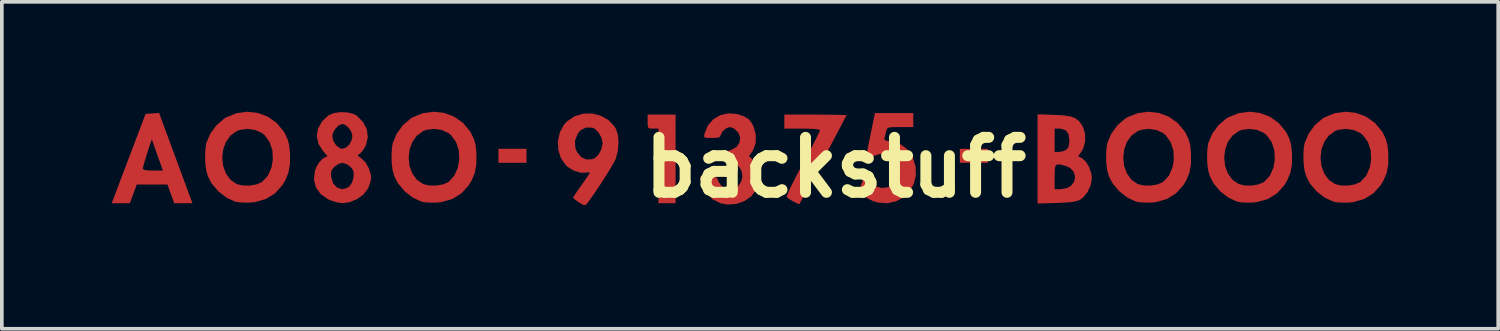
<source format=kicad_pcb>
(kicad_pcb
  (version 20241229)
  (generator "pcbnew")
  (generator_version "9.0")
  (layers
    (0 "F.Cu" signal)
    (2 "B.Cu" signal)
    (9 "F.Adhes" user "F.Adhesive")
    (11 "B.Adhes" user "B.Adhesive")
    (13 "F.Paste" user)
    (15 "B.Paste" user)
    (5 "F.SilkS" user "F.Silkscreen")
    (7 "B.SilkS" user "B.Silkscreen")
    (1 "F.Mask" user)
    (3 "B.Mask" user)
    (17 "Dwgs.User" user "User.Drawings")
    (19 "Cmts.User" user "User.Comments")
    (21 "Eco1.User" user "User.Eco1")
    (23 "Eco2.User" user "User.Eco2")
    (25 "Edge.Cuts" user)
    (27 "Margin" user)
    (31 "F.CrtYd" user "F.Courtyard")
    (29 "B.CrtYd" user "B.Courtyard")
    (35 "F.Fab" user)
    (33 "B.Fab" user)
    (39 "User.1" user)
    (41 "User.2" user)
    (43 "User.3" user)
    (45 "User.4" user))
  (footprint "backstuff"
    (layer "F.Cu")
    (at 19.759 1.521)
    (property "Reference" "backstuff" (at 0 0 0) (layer "F.SilkS") (effects (font (size 1.5 1.5) (thickness 0.3))))
    (attr board_only exclude_from_pos_files exclude_from_bom)
    (fp_poly (pts (xy -8.438 -0.318) (xy -8.438 -0.127) (xy -8.82 -0.127) (xy -9.202 -0.127) (xy -9.202 -0.318) (xy -9.202 -0.509) (xy -8.82 -0.509) (xy -8.438 -0.509)) (stroke (width 0) (type solid)) (fill yes) (layer "F.Cu"))
    (fp_poly (pts (xy 4.156 -0.318) (xy 4.156 -0.127) (xy 3.774 -0.127) (xy 3.392 -0.127) (xy 3.392 -0.318) (xy 3.392 -0.509) (xy 3.774 -0.509) (xy 4.156 -0.509)) (stroke (width 0) (type solid)) (fill yes) (layer "F.Cu"))
    (fp_poly (pts (xy -4.368 -0.233) (xy -4.368 0.975) (xy -4.601 0.975) (xy -4.834 0.975) (xy -4.834 -0.042) (xy -4.834 -1.06) (xy -4.982 -1.06) (xy -5.074 -1.064) (xy -5.117 -1.092) (xy -5.13 -1.166) (xy -5.131 -1.251) (xy -5.131 -1.442) (xy -4.749 -1.442) (xy -4.368 -1.442)) (stroke (width 0) (type solid)) (fill yes) (layer "F.Cu"))
    (fp_poly (pts (xy -0.293 -1.441) (xy -0.067 -1.439) (xy 0.115 -1.435) (xy 0.24 -1.431) (xy 0.295 -1.426) (xy 0.297 -1.425) (xy 0.278 -1.386) (xy 0.225 -1.284) (xy 0.143 -1.128) (xy 0.039 -0.93) (xy -0.083 -0.7) (xy -0.215 -0.45) (xy -0.353 -0.189) (xy -0.491 0.07) (xy -0.623 0.318) (xy -0.743 0.543) (xy -0.845 0.735) (xy -0.925 0.883) (xy -0.975 0.976) (xy -0.991 1.003) (xy -1.028 0.99) (xy -1.114 0.949) (xy -1.153 0.929) (xy -1.258 0.869) (xy -1.327 0.816) (xy -1.336 0.805) (xy -1.324 0.757) (xy -1.277 0.646) (xy -1.199 0.482) (xy -1.095 0.277) (xy -0.972 0.042) (xy -0.894 -0.104) (xy -0.76 -0.352) (xy -0.641 -0.576) (xy -0.543 -0.766) (xy -0.471 -0.909) (xy -0.431 -0.995) (xy -0.424 -1.015) (xy -0.466 -1.037) (xy -0.588 -1.052) (xy -0.788 -1.059) (xy -0.912 -1.06) (xy -1.399 -1.06) (xy -1.399 -1.251) (xy -1.399 -1.442) (xy -0.551 -1.442)) (stroke (width 0) (type solid)) (fill yes) (layer "F.Cu"))
    (fp_poly (pts (xy -18.11 -0.521) (xy -18.004 -0.234) (xy -17.902 0.042) (xy -17.809 0.292) (xy -17.732 0.502) (xy -17.675 0.655) (xy -17.655 0.71) (xy -17.556 0.975) (xy -17.804 0.975) (xy -18.053 0.975) (xy -18.146 0.721) (xy -18.238 0.466) (xy -18.658 0.466) (xy -19.077 0.466) (xy -19.17 0.721) (xy -19.263 0.975) (xy -19.511 0.975) (xy -19.759 0.975) (xy -19.675 0.753) (xy -19.636 0.651) (xy -19.573 0.483) (xy -19.49 0.265) (xy -19.402 0.032) (xy -18.911 0.032) (xy -18.879 0.064) (xy -18.776 0.081) (xy -18.637 0.085) (xy -18.362 0.085) (xy -18.51 -0.329) (xy -18.572 -0.502) (xy -18.621 -0.644) (xy -18.653 -0.737) (xy -18.661 -0.763) (xy -18.674 -0.74) (xy -18.704 -0.655) (xy -18.747 -0.529) (xy -18.794 -0.38) (xy -18.84 -0.23) (xy -18.879 -0.097) (xy -18.905 -0.002) (xy -18.911 0.032) (xy -19.402 0.032) (xy -19.393 0.009) (xy -19.287 -0.271) (xy -19.213 -0.466) (xy -18.834 -1.463) (xy -18.651 -1.475) (xy -18.467 -1.488)) (stroke (width 0) (type solid)) (fill yes) (layer "F.Cu"))
    (fp_poly (pts (xy 2.12 -1.293) (xy 2.12 -1.103) (xy 1.764 -1.103) (xy 1.591 -1.101) (xy 1.484 -1.095) (xy 1.425 -1.077) (xy 1.397 -1.042) (xy 1.381 -0.986) (xy 1.353 -0.874) (xy 1.333 -0.801) (xy 1.338 -0.755) (xy 1.398 -0.727) (xy 1.501 -0.711) (xy 1.747 -0.646) (xy 1.943 -0.511) (xy 2.089 -0.309) (xy 2.104 -0.28) (xy 2.184 -0.021) (xy 2.19 0.228) (xy 2.13 0.457) (xy 2.013 0.657) (xy 1.848 0.817) (xy 1.644 0.927) (xy 1.41 0.977) (xy 1.154 0.957) (xy 1.039 0.924) (xy 0.918 0.868) (xy 0.789 0.788) (xy 0.772 0.776) (xy 0.696 0.713) (xy 0.66 0.656) (xy 0.663 0.58) (xy 0.701 0.459) (xy 0.727 0.389) (xy 0.764 0.29) (xy 0.892 0.398) (xy 1.078 0.513) (xy 1.263 0.559) (xy 1.434 0.54) (xy 1.578 0.464) (xy 1.681 0.335) (xy 1.729 0.161) (xy 1.725 0.029) (xy 1.664 -0.154) (xy 1.546 -0.285) (xy 1.386 -0.358) (xy 1.199 -0.366) (xy 1.001 -0.301) (xy 0.999 -0.3) (xy 0.898 -0.25) (xy 0.834 -0.224) (xy 0.825 -0.223) (xy 0.83 -0.266) (xy 0.85 -0.377) (xy 0.882 -0.542) (xy 0.922 -0.746) (xy 0.945 -0.859) (xy 1.074 -1.484) (xy 1.597 -1.484) (xy 2.12 -1.484)) (stroke (width 0) (type solid)) (fill yes) (layer "F.Cu"))
    (fp_poly (pts (xy 5.977 -1.435) (xy 6.229 -1.421) (xy 6.414 -1.392) (xy 6.547 -1.342) (xy 6.647 -1.263) (xy 6.728 -1.149) (xy 6.755 -1.099) (xy 6.809 -0.92) (xy 6.811 -0.716) (xy 6.762 -0.524) (xy 6.709 -0.427) (xy 6.621 -0.308) (xy 6.731 -0.249) (xy 6.833 -0.156) (xy 6.921 -0.009) (xy 6.98 0.163) (xy 6.996 0.294) (xy 6.964 0.48) (xy 6.88 0.666) (xy 6.76 0.816) (xy 6.69 0.87) (xy 6.612 0.907) (xy 6.514 0.934) (xy 6.377 0.951) (xy 6.185 0.963) (xy 6.032 0.969) (xy 5.513 0.984) (xy 5.513 0.254) (xy 5.979 0.254) (xy 5.979 0.594) (xy 6.143 0.594) (xy 6.317 0.562) (xy 6.418 0.506) (xy 6.513 0.386) (xy 6.538 0.25) (xy 6.497 0.117) (xy 6.396 0.01) (xy 6.286 -0.04) (xy 6.14 -0.078) (xy 6.05 -0.083) (xy 6.002 -0.044) (xy 5.983 0.053) (xy 5.979 0.221) (xy 5.979 0.254) (xy 5.513 0.254) (xy 5.513 -0.234) (xy 5.513 -0.742) (xy 5.979 -0.742) (xy 5.979 -0.424) (xy 6.098 -0.424) (xy 6.218 -0.446) (xy 6.299 -0.484) (xy 6.356 -0.555) (xy 6.38 -0.672) (xy 6.382 -0.742) (xy 6.358 -0.911) (xy 6.283 -1.014) (xy 6.151 -1.058) (xy 6.098 -1.06) (xy 5.979 -1.06) (xy 5.979 -0.742) (xy 5.513 -0.742) (xy 5.513 -1.451)) (stroke (width 0) (type solid)) (fill yes) (layer "F.Cu"))
    (fp_poly (pts (xy -15.767 -1.487) (xy -15.498 -1.385) (xy -15.261 -1.218) (xy -15.071 -0.991) (xy -15.039 -0.938) (xy -14.964 -0.783) (xy -14.92 -0.631) (xy -14.897 -0.442) (xy -14.893 -0.386) (xy -14.893 -0.098) (xy -14.935 0.14) (xy -15.025 0.357) (xy -15.107 0.491) (xy -15.305 0.709) (xy -15.554 0.862) (xy -15.846 0.945) (xy -15.979 0.959) (xy -16.148 0.96) (xy -16.303 0.949) (xy -16.395 0.932) (xy -16.628 0.823) (xy -16.847 0.654) (xy -17.022 0.449) (xy -17.061 0.386) (xy -17.136 0.232) (xy -17.18 0.079) (xy -17.203 -0.109) (xy -17.207 -0.165) (xy -17.208 -0.261) (xy -16.743 -0.261) (xy -16.717 -0.038) (xy -16.641 0.167) (xy -16.516 0.338) (xy -16.35 0.451) (xy -16.19 0.492) (xy -15.998 0.495) (xy -15.812 0.464) (xy -15.666 0.402) (xy -15.656 0.395) (xy -15.498 0.228) (xy -15.399 0.004) (xy -15.362 -0.209) (xy -15.373 -0.465) (xy -15.45 -0.695) (xy -15.585 -0.88) (xy -15.656 -0.939) (xy -15.839 -1.023) (xy -16.053 -1.053) (xy -16.263 -1.025) (xy -16.345 -0.995) (xy -16.519 -0.869) (xy -16.643 -0.694) (xy -16.718 -0.486) (xy -16.743 -0.261) (xy -17.208 -0.261) (xy -17.21 -0.351) (xy -17.199 -0.529) (xy -17.178 -0.663) (xy -17.178 -0.664) (xy -17.069 -0.922) (xy -16.898 -1.155) (xy -16.684 -1.337) (xy -16.633 -1.368) (xy -16.349 -1.482) (xy -16.056 -1.521)) (stroke (width 0) (type solid)) (fill yes) (layer "F.Cu"))
    (fp_poly (pts (xy -10.679 -1.487) (xy -10.409 -1.385) (xy -10.172 -1.218) (xy -9.982 -0.991) (xy -9.951 -0.938) (xy -9.875 -0.783) (xy -9.831 -0.631) (xy -9.808 -0.442) (xy -9.805 -0.386) (xy -9.805 -0.098) (xy -9.846 0.14) (xy -9.936 0.357) (xy -10.019 0.491) (xy -10.216 0.709) (xy -10.465 0.862) (xy -10.757 0.945) (xy -10.89 0.959) (xy -11.06 0.96) (xy -11.215 0.949) (xy -11.306 0.932) (xy -11.54 0.823) (xy -11.759 0.654) (xy -11.934 0.449) (xy -11.972 0.386) (xy -12.048 0.232) (xy -12.092 0.079) (xy -12.115 -0.109) (xy -12.118 -0.165) (xy -12.12 -0.261) (xy -11.654 -0.261) (xy -11.629 -0.038) (xy -11.553 0.167) (xy -11.427 0.338) (xy -11.262 0.451) (xy -11.102 0.492) (xy -10.91 0.495) (xy -10.723 0.464) (xy -10.577 0.402) (xy -10.567 0.395) (xy -10.41 0.228) (xy -10.311 0.004) (xy -10.273 -0.209) (xy -10.285 -0.465) (xy -10.361 -0.695) (xy -10.497 -0.88) (xy -10.568 -0.939) (xy -10.75 -1.023) (xy -10.964 -1.053) (xy -11.175 -1.025) (xy -11.256 -0.995) (xy -11.43 -0.869) (xy -11.555 -0.694) (xy -11.63 -0.486) (xy -11.654 -0.261) (xy -12.12 -0.261) (xy -12.121 -0.351) (xy -12.111 -0.529) (xy -12.09 -0.663) (xy -12.089 -0.664) (xy -11.98 -0.922) (xy -11.809 -1.155) (xy -11.596 -1.337) (xy -11.545 -1.368) (xy -11.261 -1.482) (xy -10.967 -1.521)) (stroke (width 0) (type solid)) (fill yes) (layer "F.Cu"))
    (fp_poly (pts (xy 8.827 -1.487) (xy 9.097 -1.385) (xy 9.333 -1.218) (xy 9.524 -0.991) (xy 9.555 -0.938) (xy 9.631 -0.783) (xy 9.675 -0.631) (xy 9.698 -0.442) (xy 9.701 -0.386) (xy 9.701 -0.098) (xy 9.66 0.14) (xy 9.57 0.357) (xy 9.487 0.491) (xy 9.289 0.709) (xy 9.041 0.862) (xy 8.749 0.945) (xy 8.615 0.959) (xy 8.446 0.96) (xy 8.291 0.949) (xy 8.199 0.932) (xy 7.966 0.823) (xy 7.747 0.654) (xy 7.572 0.449) (xy 7.534 0.386) (xy 7.458 0.232) (xy 7.414 0.079) (xy 7.391 -0.109) (xy 7.387 -0.165) (xy 7.386 -0.261) (xy 7.852 -0.261) (xy 7.877 -0.038) (xy 7.953 0.167) (xy 8.079 0.338) (xy 8.244 0.451) (xy 8.404 0.492) (xy 8.596 0.495) (xy 8.783 0.464) (xy 8.929 0.402) (xy 8.938 0.395) (xy 9.096 0.228) (xy 9.195 0.004) (xy 9.232 -0.209) (xy 9.221 -0.465) (xy 9.144 -0.695) (xy 9.009 -0.88) (xy 8.938 -0.939) (xy 8.756 -1.023) (xy 8.542 -1.053) (xy 8.331 -1.025) (xy 8.25 -0.995) (xy 8.075 -0.869) (xy 7.951 -0.694) (xy 7.876 -0.486) (xy 7.852 -0.261) (xy 7.386 -0.261) (xy 7.385 -0.351) (xy 7.395 -0.529) (xy 7.416 -0.663) (xy 7.417 -0.664) (xy 7.525 -0.922) (xy 7.697 -1.155) (xy 7.91 -1.337) (xy 7.961 -1.368) (xy 8.245 -1.482) (xy 8.539 -1.521)) (stroke (width 0) (type solid)) (fill yes) (layer "F.Cu"))
    (fp_poly (pts (xy 11.583 -1.487) (xy 11.853 -1.385) (xy 12.09 -1.218) (xy 12.28 -0.991) (xy 12.312 -0.938) (xy 12.387 -0.783) (xy 12.431 -0.631) (xy 12.454 -0.442) (xy 12.458 -0.386) (xy 12.458 -0.098) (xy 12.416 0.14) (xy 12.326 0.357) (xy 12.244 0.491) (xy 12.046 0.709) (xy 11.797 0.862) (xy 11.505 0.945) (xy 11.372 0.959) (xy 11.202 0.96) (xy 11.047 0.949) (xy 10.956 0.932) (xy 10.722 0.823) (xy 10.503 0.654) (xy 10.328 0.449) (xy 10.29 0.386) (xy 10.214 0.232) (xy 10.17 0.079) (xy 10.147 -0.109) (xy 10.144 -0.165) (xy 10.142 -0.261) (xy 10.608 -0.261) (xy 10.633 -0.038) (xy 10.709 0.167) (xy 10.835 0.338) (xy 11 0.451) (xy 11.161 0.492) (xy 11.352 0.495) (xy 11.539 0.464) (xy 11.685 0.402) (xy 11.695 0.395) (xy 11.853 0.228) (xy 11.952 0.004) (xy 11.989 -0.209) (xy 11.977 -0.465) (xy 11.901 -0.695) (xy 11.766 -0.88) (xy 11.694 -0.939) (xy 11.512 -1.023) (xy 11.298 -1.053) (xy 11.087 -1.025) (xy 11.006 -0.995) (xy 10.832 -0.869) (xy 10.707 -0.694) (xy 10.633 -0.486) (xy 10.608 -0.261) (xy 10.142 -0.261) (xy 10.141 -0.351) (xy 10.151 -0.529) (xy 10.173 -0.663) (xy 10.173 -0.664) (xy 10.282 -0.922) (xy 10.453 -1.155) (xy 10.666 -1.337) (xy 10.717 -1.368) (xy 11.002 -1.482) (xy 11.295 -1.521)) (stroke (width 0) (type solid)) (fill yes) (layer "F.Cu"))
    (fp_poly (pts (xy 14.212 -1.487) (xy 14.482 -1.385) (xy 14.719 -1.218) (xy 14.909 -0.991) (xy 14.941 -0.938) (xy 15.016 -0.783) (xy 15.06 -0.631) (xy 15.083 -0.442) (xy 15.087 -0.386) (xy 15.087 -0.098) (xy 15.045 0.14) (xy 14.955 0.357) (xy 14.873 0.491) (xy 14.675 0.709) (xy 14.426 0.862) (xy 14.134 0.945) (xy 14.001 0.959) (xy 13.831 0.96) (xy 13.676 0.949) (xy 13.585 0.932) (xy 13.351 0.823) (xy 13.132 0.654) (xy 12.957 0.449) (xy 12.919 0.386) (xy 12.844 0.232) (xy 12.799 0.079) (xy 12.776 -0.109) (xy 12.773 -0.165) (xy 12.771 -0.261) (xy 13.237 -0.261) (xy 13.263 -0.038) (xy 13.338 0.167) (xy 13.464 0.338) (xy 13.629 0.451) (xy 13.79 0.492) (xy 13.981 0.495) (xy 14.168 0.464) (xy 14.314 0.402) (xy 14.324 0.395) (xy 14.482 0.228) (xy 14.581 0.004) (xy 14.618 -0.209) (xy 14.606 -0.465) (xy 14.53 -0.695) (xy 14.395 -0.88) (xy 14.323 -0.939) (xy 14.141 -1.023) (xy 13.927 -1.053) (xy 13.716 -1.025) (xy 13.635 -0.995) (xy 13.461 -0.869) (xy 13.336 -0.694) (xy 13.262 -0.486) (xy 13.237 -0.261) (xy 12.771 -0.261) (xy 12.77 -0.351) (xy 12.78 -0.529) (xy 12.802 -0.663) (xy 12.802 -0.664) (xy 12.911 -0.922) (xy 13.082 -1.155) (xy 13.296 -1.337) (xy 13.347 -1.368) (xy 13.631 -1.482) (xy 13.924 -1.521)) (stroke (width 0) (type solid)) (fill yes) (layer "F.Cu"))
    (fp_poly (pts (xy -6.414 -1.415) (xy -6.205 -1.298) (xy -6.039 -1.123) (xy -5.991 -1.044) (xy -5.941 -0.88) (xy -5.925 -0.671) (xy -5.945 -0.449) (xy -5.998 -0.245) (xy -6.011 -0.212) (xy -6.062 -0.117) (xy -6.148 0.03) (xy -6.26 0.211) (xy -6.386 0.408) (xy -6.515 0.603) (xy -6.634 0.779) (xy -6.733 0.919) (xy -6.8 1.005) (xy -6.802 1.007) (xy -6.849 1.03) (xy -6.922 1.006) (xy -7.008 0.952) (xy -7.103 0.884) (xy -7.159 0.836) (xy -7.166 0.826) (xy -7.143 0.784) (xy -7.082 0.692) (xy -6.995 0.565) (xy -6.963 0.52) (xy -6.84 0.346) (xy -6.761 0.231) (xy -6.721 0.164) (xy -6.716 0.134) (xy -6.739 0.129) (xy -6.788 0.14) (xy -6.792 0.141) (xy -6.953 0.144) (xy -7.134 0.091) (xy -7.303 -0.008) (xy -7.361 -0.059) (xy -7.497 -0.251) (xy -7.57 -0.479) (xy -7.58 -0.721) (xy -7.578 -0.729) (xy -7.114 -0.729) (xy -7.104 -0.535) (xy -7.06 -0.424) (xy -6.949 -0.285) (xy -6.805 -0.217) (xy -6.645 -0.225) (xy -6.57 -0.256) (xy -6.475 -0.345) (xy -6.4 -0.483) (xy -6.362 -0.635) (xy -6.361 -0.666) (xy -6.39 -0.808) (xy -6.464 -0.946) (xy -6.564 -1.05) (xy -6.635 -1.085) (xy -6.811 -1.091) (xy -6.957 -1.02) (xy -7.04 -0.921) (xy -7.114 -0.729) (xy -7.578 -0.729) (xy -7.528 -0.957) (xy -7.414 -1.167) (xy -7.33 -1.259) (xy -7.123 -1.398) (xy -6.89 -1.468) (xy -6.648 -1.473)) (stroke (width 0) (type solid)) (fill yes) (layer "F.Cu"))
    (fp_poly (pts (xy -2.678 -1.457) (xy -2.511 -1.4) (xy -2.38 -1.323) (xy -2.292 -1.22) (xy -2.241 -1.119) (xy -2.179 -0.896) (xy -2.181 -0.674) (xy -2.248 -0.479) (xy -2.28 -0.428) (xy -2.365 -0.313) (xy -2.264 -0.216) (xy -2.152 -0.053) (xy -2.094 0.158) (xy -2.096 0.396) (xy -2.097 0.408) (xy -2.169 0.616) (xy -2.305 0.79) (xy -2.491 0.919) (xy -2.711 0.996) (xy -2.951 1.012) (xy -3.142 0.977) (xy -3.362 0.868) (xy -3.534 0.696) (xy -3.645 0.473) (xy -3.667 0.392) (xy -3.696 0.254) (xy -3.459 0.254) (xy -3.316 0.26) (xy -3.242 0.281) (xy -3.223 0.316) (xy -3.197 0.387) (xy -3.133 0.481) (xy -3.123 0.492) (xy -3.001 0.587) (xy -2.874 0.611) (xy -2.752 0.576) (xy -2.649 0.495) (xy -2.576 0.381) (xy -2.545 0.245) (xy -2.567 0.099) (xy -2.632 -0.015) (xy -2.749 -0.109) (xy -2.844 -0.127) (xy -2.925 -0.135) (xy -2.96 -0.174) (xy -2.968 -0.27) (xy -2.968 -0.288) (xy -2.96 -0.397) (xy -2.921 -0.454) (xy -2.83 -0.489) (xy -2.698 -0.565) (xy -2.622 -0.683) (xy -2.607 -0.819) (xy -2.653 -0.951) (xy -2.765 -1.057) (xy -2.77 -1.06) (xy -2.861 -1.1) (xy -2.937 -1.09) (xy -3 -1.059) (xy -3.088 -0.984) (xy -3.13 -0.9) (xy -3.147 -0.845) (xy -3.193 -0.817) (xy -3.289 -0.807) (xy -3.375 -0.806) (xy -3.507 -0.807) (xy -3.573 -0.82) (xy -3.591 -0.854) (xy -3.579 -0.919) (xy -3.579 -0.922) (xy -3.487 -1.145) (xy -3.338 -1.316) (xy -3.144 -1.429) (xy -2.92 -1.478)) (stroke (width 0) (type solid)) (fill yes) (layer "F.Cu"))
    (fp_poly (pts (xy -13.329 -1.503) (xy -13.157 -1.461) (xy -13.077 -1.418) (xy -12.899 -1.241) (xy -12.795 -1.039) (xy -12.769 -0.822) (xy -12.824 -0.602) (xy -12.842 -0.564) (xy -12.911 -0.453) (xy -12.982 -0.377) (xy -13.005 -0.363) (xy -13.044 -0.338) (xy -13.024 -0.304) (xy -12.947 -0.25) (xy -12.83 -0.136) (xy -12.737 0.029) (xy -12.684 0.211) (xy -12.679 0.284) (xy -12.697 0.392) (xy -12.744 0.528) (xy -12.766 0.578) (xy -12.885 0.736) (xy -13.062 0.864) (xy -13.271 0.949) (xy -13.463 0.975) (xy -13.622 0.952) (xy -13.802 0.892) (xy -13.855 0.867) (xy -14.056 0.726) (xy -14.185 0.544) (xy -14.239 0.333) (xy -14.22 0.159) (xy -13.776 0.159) (xy -13.768 0.268) (xy -13.714 0.435) (xy -13.613 0.548) (xy -13.477 0.593) (xy -13.463 0.594) (xy -13.357 0.567) (xy -13.274 0.519) (xy -13.198 0.411) (xy -13.159 0.268) (xy -13.152 0.142) (xy -13.182 0.055) (xy -13.244 -0.018) (xy -13.351 -0.094) (xy -13.459 -0.127) (xy -13.463 -0.127) (xy -13.57 -0.097) (xy -13.678 -0.022) (xy -13.682 -0.018) (xy -13.753 0.069) (xy -13.776 0.159) (xy -14.22 0.159) (xy -14.214 0.102) (xy -14.169 -0.021) (xy -14.094 -0.142) (xy -14.005 -0.235) (xy -13.98 -0.25) (xy -13.869 -0.31) (xy -13.994 -0.452) (xy -14.118 -0.649) (xy -14.162 -0.856) (xy -13.739 -0.856) (xy -13.709 -0.722) (xy -13.633 -0.603) (xy -13.531 -0.525) (xy -13.463 -0.509) (xy -13.363 -0.543) (xy -13.276 -0.621) (xy -13.213 -0.738) (xy -13.188 -0.856) (xy -13.218 -0.971) (xy -13.293 -1.083) (xy -13.388 -1.164) (xy -13.463 -1.187) (xy -13.559 -1.151) (xy -13.652 -1.061) (xy -13.719 -0.946) (xy -13.739 -0.856) (xy -14.162 -0.856) (xy -14.162 -0.857) (xy -14.127 -1.064) (xy -14.015 -1.26) (xy -13.85 -1.418) (xy -13.709 -1.481) (xy -13.524 -1.509)) (stroke (width 0) (type solid)) (fill yes) (layer "F.Cu")))
  (gr_rect
    (start -3 -3)
    (end 37.846 5.925)
    (stroke (width 0.1) (type default))
    (fill no)
    (layer "Edge.Cuts")))
</source>
